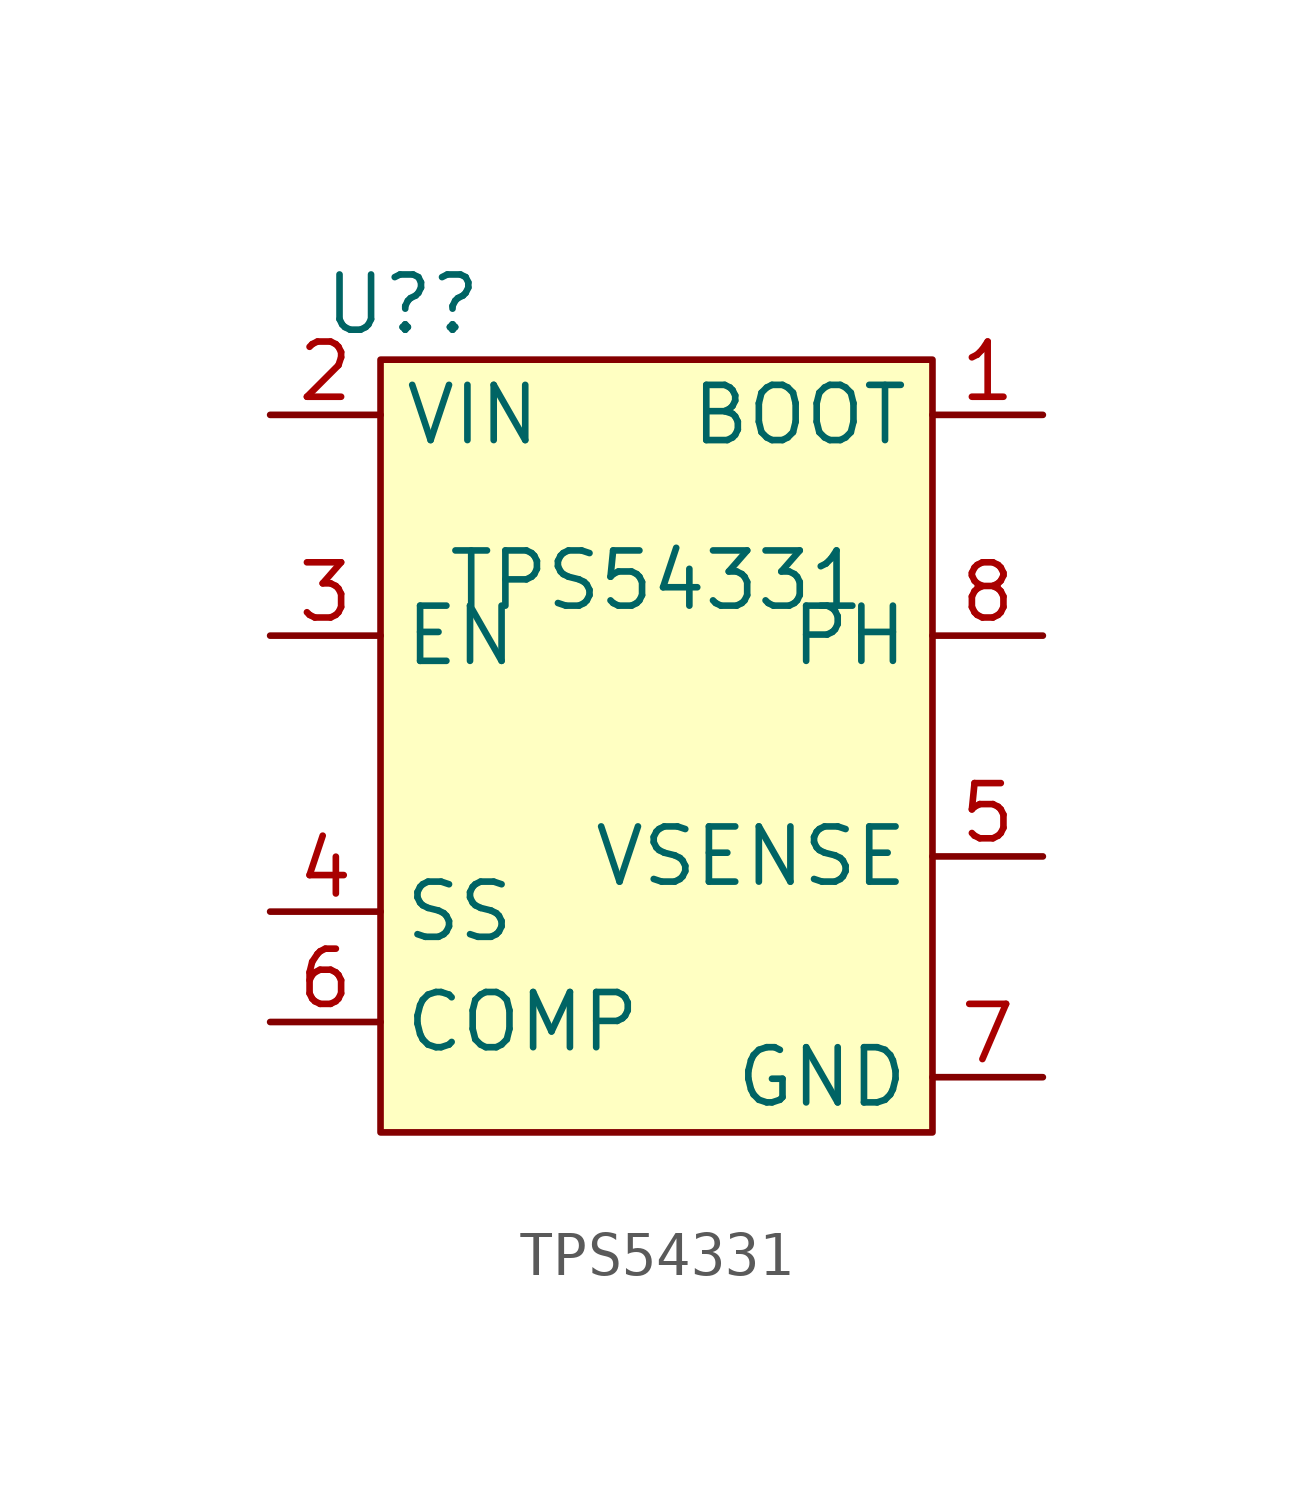
<source format=kicad_sym>
(kicad_symbol_lib
  (version 20241209)
  (generator "kicad_symbol_editor")
  (generator_version "9.0")
  (symbol "TPS54331"
    (property "Reference" "U?"
      (at -5.842 6.35 0)
      (effects (font (size 1.27 1.27))))
    (property "Value" "TPS54331"
      (at 0 0 0)
      (effects (font (size 1.27 1.27))))
    (symbol "TPS54331_1_1"
      (rectangle (start -6.35 5.08) (end 6.35 -12.7) (stroke (width 0) (type solid)) (fill (type background)))
      (pin input line (at -8.89 3.81 0) (length 2.54) (name "VIN" (effects (font (size 1.27 1.27)))) (number "2" (effects (font (size 1.27 1.27)))))
      (pin input line (at -8.89 -1.27 0) (length 2.54) (name "EN" (effects (font (size 1.27 1.27)))) (number "3" (effects (font (size 1.27 1.27)))))
      (pin input line (at -8.89 -7.62 0) (length 2.54) (name "SS" (effects (font (size 1.27 1.27)))) (number "4" (effects (font (size 1.27 1.27)))))
      (pin input line (at -8.89 -10.16 0) (length 2.54) (name "COMP" (effects (font (size 1.27 1.27)))) (number "6" (effects (font (size 1.27 1.27)))))
      (pin input line (at 8.89 3.81 180) (length 2.54) (name "BOOT" (effects (font (size 1.27 1.27)))) (number "1" (effects (font (size 1.27 1.27)))))
      (pin input line (at 8.89 -1.27 180) (length 2.54) (name "PH" (effects (font (size 1.27 1.27)))) (number "8" (effects (font (size 1.27 1.27)))))
      (pin input line (at 8.89 -6.35 180) (length 2.54) (name "VSENSE" (effects (font (size 1.27 1.27)))) (number "5" (effects (font (size 1.27 1.27)))))
      (pin input line (at 8.89 -11.43 180) (length 2.54) (name "GND" (effects (font (size 1.27 1.27)))) (number "7" (effects (font (size 1.27 1.27))))))))
</source>
